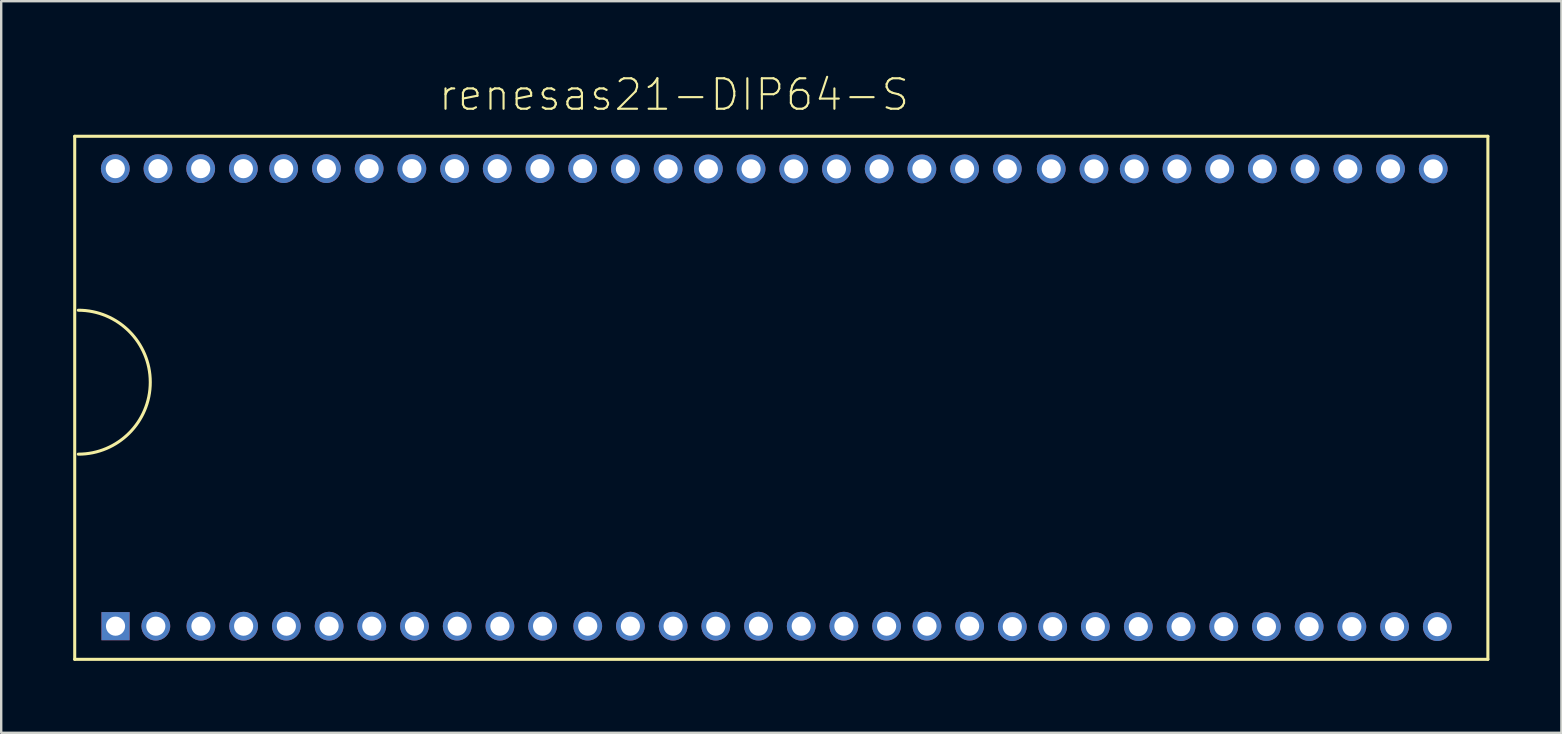
<source format=kicad_pcb>
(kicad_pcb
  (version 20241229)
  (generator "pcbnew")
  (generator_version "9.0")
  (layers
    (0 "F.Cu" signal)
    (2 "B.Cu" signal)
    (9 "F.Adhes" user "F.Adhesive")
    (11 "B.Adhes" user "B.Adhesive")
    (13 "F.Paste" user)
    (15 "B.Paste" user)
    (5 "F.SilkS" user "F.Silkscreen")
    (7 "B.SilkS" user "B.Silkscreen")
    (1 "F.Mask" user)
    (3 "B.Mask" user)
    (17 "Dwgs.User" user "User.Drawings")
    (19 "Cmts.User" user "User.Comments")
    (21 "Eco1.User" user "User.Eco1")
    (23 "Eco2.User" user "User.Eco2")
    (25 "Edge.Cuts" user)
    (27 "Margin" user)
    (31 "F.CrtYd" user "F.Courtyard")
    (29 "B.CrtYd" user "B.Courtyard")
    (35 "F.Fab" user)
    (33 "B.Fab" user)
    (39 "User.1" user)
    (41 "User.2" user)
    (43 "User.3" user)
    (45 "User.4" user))
  (footprint "renesas21-DIP64-S"
    (layer "F.Cu")
    (at 26.063 13.979)
    (property "Reference" "renesas21-DIP64-S" (at -1.02 -13.08 0) (layer "F.SilkS") (effects (font (size 1.27 1.27) (thickness 0.089))))
    (attr exclude_from_pos_files exclude_from_bom)
    (fp_line (start -25.999 -11.349) (end 32.898 -11.349) (stroke (width 0.127) (type solid)) (layer "F.SilkS"))
    (fp_line (start -25.999 10.45) (end -25.999 -11.349) (stroke (width 0.127) (type solid)) (layer "F.SilkS"))
    (fp_line (start 32.898 -11.349) (end 32.898 10.45) (stroke (width 0.127) (type solid)) (layer "F.SilkS"))
    (fp_line (start 32.898 10.45) (end -25.999 10.45) (stroke (width 0.127) (type solid)) (layer "F.SilkS"))
    (fp_arc (start -25.84958 -4.09956) (mid -22.84984 -1.09982) (end -25.84958 1.89992) (stroke (width 0.127) (type solid)) (layer "F.SilkS"))
    (fp_text user " " (at -19.05 2.54 0) (layer "F.SilkS") (effects (font (size 1.27 1.27) (thickness 0.089))))
    (pad "1" thru_hole rect (at -24.298 9.068) (size 1.173 1.173) (drill 0.798) (layers "*.Cu" "*.Mask"))
    (pad "2" thru_hole circle (at -22.619 9.068) (size 1.199 1.199) (drill 0.798) (layers "*.Cu" "*.Mask"))
    (pad "3" thru_hole circle (at -20.739 9.068) (size 1.199 1.199) (drill 0.798) (layers "*.Cu" "*.Mask"))
    (pad "4" thru_hole circle (at -18.959 9.068) (size 1.199 1.199) (drill 0.798) (layers "*.Cu" "*.Mask"))
    (pad "5" thru_hole circle (at -17.178 9.068) (size 1.199 1.199) (drill 0.798) (layers "*.Cu" "*.Mask"))
    (pad "6" thru_hole circle (at -15.397 9.068) (size 1.199 1.199) (drill 0.798) (layers "*.Cu" "*.Mask"))
    (pad "7" thru_hole circle (at -13.619 9.068) (size 1.199 1.199) (drill 0.798) (layers "*.Cu" "*.Mask"))
    (pad "8" thru_hole circle (at -11.839 9.068) (size 1.199 1.199) (drill 0.798) (layers "*.Cu" "*.Mask"))
    (pad "9" thru_hole circle (at -10.058 9.068) (size 1.199 1.199) (drill 0.798) (layers "*.Cu" "*.Mask"))
    (pad "10" thru_hole circle (at -8.278 9.068) (size 1.199 1.199) (drill 0.798) (layers "*.Cu" "*.Mask"))
    (pad "11" thru_hole circle (at -6.5 9.068) (size 1.199 1.199) (drill 0.798) (layers "*.Cu" "*.Mask"))
    (pad "12" thru_hole circle (at -4.618 9.068) (size 1.199 1.199) (drill 0.798) (layers "*.Cu" "*.Mask"))
    (pad "13" thru_hole circle (at -2.84 9.068) (size 1.199 1.199) (drill 0.798) (layers "*.Cu" "*.Mask"))
    (pad "14" thru_hole circle (at -1.059 9.068) (size 1.199 1.199) (drill 0.798) (layers "*.Cu" "*.Mask"))
    (pad "15" thru_hole circle (at 0.719 9.068) (size 1.199 1.199) (drill 0.798) (layers "*.Cu" "*.Mask"))
    (pad "16" thru_hole circle (at 2.499 9.068) (size 1.199 1.199) (drill 0.798) (layers "*.Cu" "*.Mask"))
    (pad "17" thru_hole circle (at 4.28 9.068) (size 1.199 1.199) (drill 0.798) (layers "*.Cu" "*.Mask"))
    (pad "18" thru_hole circle (at 6.058 9.068) (size 1.199 1.199) (drill 0.798) (layers "*.Cu" "*.Mask"))
    (pad "19" thru_hole circle (at 7.838 9.068) (size 1.199 1.199) (drill 0.798) (layers "*.Cu" "*.Mask"))
    (pad "20" thru_hole circle (at 9.52 9.068) (size 1.199 1.199) (drill 0.798) (layers "*.Cu" "*.Mask"))
    (pad "21" thru_hole circle (at 11.298 9.068) (size 1.199 1.199) (drill 0.798) (layers "*.Cu" "*.Mask"))
    (pad "22" thru_hole circle (at 13.078 9.088) (size 1.199 1.199) (drill 0.798) (layers "*.Cu" "*.Mask"))
    (pad "23" thru_hole circle (at 14.76 9.088) (size 1.199 1.199) (drill 0.798) (layers "*.Cu" "*.Mask"))
    (pad "24" thru_hole circle (at 16.538 9.088) (size 1.199 1.199) (drill 0.798) (layers "*.Cu" "*.Mask"))
    (pad "25" thru_hole circle (at 18.329 9.088) (size 1.199 1.199) (drill 0.798) (layers "*.Cu" "*.Mask"))
    (pad "26" thru_hole circle (at 20.109 9.088) (size 1.199 1.199) (drill 0.798) (layers "*.Cu" "*.Mask"))
    (pad "27" thru_hole circle (at 21.89 9.088) (size 1.199 1.199) (drill 0.798) (layers "*.Cu" "*.Mask"))
    (pad "28" thru_hole circle (at 23.668 9.088) (size 1.199 1.199) (drill 0.798) (layers "*.Cu" "*.Mask"))
    (pad "29" thru_hole circle (at 25.448 9.088) (size 1.199 1.199) (drill 0.798) (layers "*.Cu" "*.Mask"))
    (pad "30" thru_hole circle (at 27.229 9.088) (size 1.199 1.199) (drill 0.798) (layers "*.Cu" "*.Mask"))
    (pad "31" thru_hole circle (at 29.009 9.088) (size 1.199 1.199) (drill 0.798) (layers "*.Cu" "*.Mask"))
    (pad "32" thru_hole circle (at 30.79 9.088) (size 1.199 1.199) (drill 0.798) (layers "*.Cu" "*.Mask"))
    (pad "33" thru_hole circle (at 30.62 -9.99) (size 1.199 1.199) (drill 0.798) (layers "*.Cu" "*.Mask"))
    (pad "34" thru_hole circle (at 28.839 -9.99) (size 1.199 1.199) (drill 0.798) (layers "*.Cu" "*.Mask"))
    (pad "35" thru_hole circle (at 27.059 -9.99) (size 1.199 1.199) (drill 0.798) (layers "*.Cu" "*.Mask"))
    (pad "36" thru_hole circle (at 25.278 -9.99) (size 1.199 1.199) (drill 0.798) (layers "*.Cu" "*.Mask"))
    (pad "37" thru_hole circle (at 23.498 -9.99) (size 1.199 1.199) (drill 0.798) (layers "*.Cu" "*.Mask"))
    (pad "38" thru_hole circle (at 21.72 -9.99) (size 1.199 1.199) (drill 0.798) (layers "*.Cu" "*.Mask"))
    (pad "39" thru_hole circle (at 19.939 -9.99) (size 1.199 1.199) (drill 0.798) (layers "*.Cu" "*.Mask"))
    (pad "40" thru_hole circle (at 18.158 -9.99) (size 1.199 1.199) (drill 0.798) (layers "*.Cu" "*.Mask"))
    (pad "41" thru_hole circle (at 16.48 -9.99) (size 1.199 1.199) (drill 0.798) (layers "*.Cu" "*.Mask"))
    (pad "42" thru_hole circle (at 14.699 -9.99) (size 1.199 1.199) (drill 0.798) (layers "*.Cu" "*.Mask"))
    (pad "43" thru_hole circle (at 12.868 -9.99) (size 1.199 1.199) (drill 0.798) (layers "*.Cu" "*.Mask"))
    (pad "44" thru_hole circle (at 11.09 -9.99) (size 1.199 1.199) (drill 0.798) (layers "*.Cu" "*.Mask"))
    (pad "45" thru_hole circle (at 9.309 -9.99) (size 1.199 1.199) (drill 0.798) (layers "*.Cu" "*.Mask"))
    (pad "46" thru_hole circle (at 7.529 -9.99) (size 1.199 1.199) (drill 0.798) (layers "*.Cu" "*.Mask"))
    (pad "47" thru_hole circle (at 5.748 -9.99) (size 1.199 1.199) (drill 0.798) (layers "*.Cu" "*.Mask"))
    (pad "48" thru_hole circle (at 3.967 -9.99) (size 1.199 1.199) (drill 0.798) (layers "*.Cu" "*.Mask"))
    (pad "49" thru_hole circle (at 2.189 -9.99) (size 1.199 1.199) (drill 0.798) (layers "*.Cu" "*.Mask"))
    (pad "50" thru_hole circle (at 0.409 -9.99) (size 1.199 1.199) (drill 0.798) (layers "*.Cu" "*.Mask"))
    (pad "51" thru_hole circle (at -1.27 -9.99) (size 1.199 1.199) (drill 0.798) (layers "*.Cu" "*.Mask"))
    (pad "52" thru_hole circle (at -3.048 -9.99) (size 1.199 1.199) (drill 0.798) (layers "*.Cu" "*.Mask"))
    (pad "53" thru_hole circle (at -4.829 -10) (size 1.199 1.199) (drill 0.798) (layers "*.Cu" "*.Mask"))
    (pad "54" thru_hole circle (at -6.609 -10) (size 1.199 1.199) (drill 0.798) (layers "*.Cu" "*.Mask"))
    (pad "55" thru_hole circle (at -8.39 -10) (size 1.199 1.199) (drill 0.798) (layers "*.Cu" "*.Mask"))
    (pad "56" thru_hole circle (at -10.168 -10) (size 1.199 1.199) (drill 0.798) (layers "*.Cu" "*.Mask"))
    (pad "57" thru_hole circle (at -11.948 -10) (size 1.199 1.199) (drill 0.798) (layers "*.Cu" "*.Mask"))
    (pad "58" thru_hole circle (at -13.729 -10) (size 1.199 1.199) (drill 0.798) (layers "*.Cu" "*.Mask"))
    (pad "59" thru_hole circle (at -15.509 -10) (size 1.199 1.199) (drill 0.798) (layers "*.Cu" "*.Mask"))
    (pad "60" thru_hole circle (at -17.29 -10) (size 1.199 1.199) (drill 0.798) (layers "*.Cu" "*.Mask"))
    (pad "61" thru_hole circle (at -18.969 -10) (size 1.199 1.199) (drill 0.798) (layers "*.Cu" "*.Mask"))
    (pad "62" thru_hole circle (at -20.749 -10) (size 1.199 1.199) (drill 0.798) (layers "*.Cu" "*.Mask"))
    (pad "63" thru_hole circle (at -22.53 -10) (size 1.199 1.199) (drill 0.798) (layers "*.Cu" "*.Mask"))
    (pad "64" thru_hole circle (at -24.308 -10) (size 1.199 1.199) (drill 0.798) (layers "*.Cu" "*.Mask")))
  (gr_rect
    (start -3 -3)
    (end 62.025 27.492)
    (stroke (width 0.1) (type default))
    (fill no)
    (layer "Edge.Cuts")))
</source>
